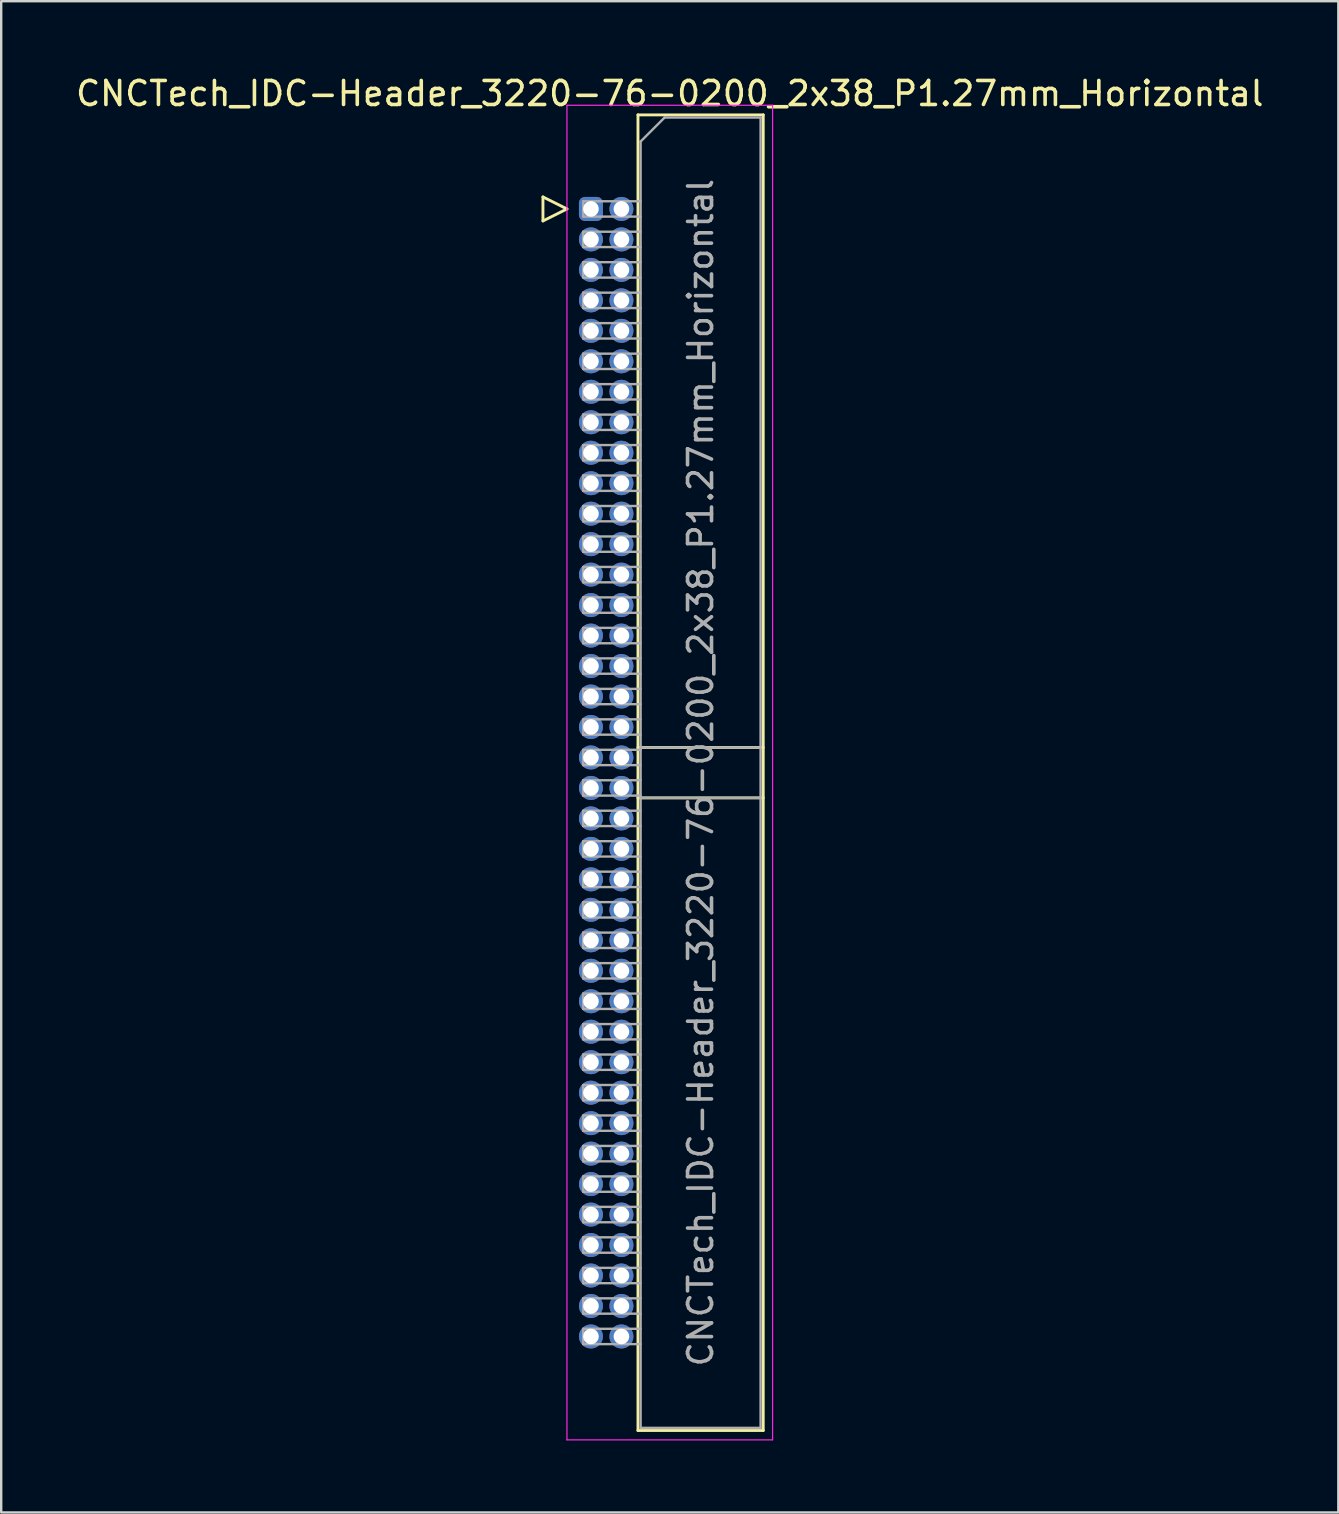
<source format=kicad_pcb>
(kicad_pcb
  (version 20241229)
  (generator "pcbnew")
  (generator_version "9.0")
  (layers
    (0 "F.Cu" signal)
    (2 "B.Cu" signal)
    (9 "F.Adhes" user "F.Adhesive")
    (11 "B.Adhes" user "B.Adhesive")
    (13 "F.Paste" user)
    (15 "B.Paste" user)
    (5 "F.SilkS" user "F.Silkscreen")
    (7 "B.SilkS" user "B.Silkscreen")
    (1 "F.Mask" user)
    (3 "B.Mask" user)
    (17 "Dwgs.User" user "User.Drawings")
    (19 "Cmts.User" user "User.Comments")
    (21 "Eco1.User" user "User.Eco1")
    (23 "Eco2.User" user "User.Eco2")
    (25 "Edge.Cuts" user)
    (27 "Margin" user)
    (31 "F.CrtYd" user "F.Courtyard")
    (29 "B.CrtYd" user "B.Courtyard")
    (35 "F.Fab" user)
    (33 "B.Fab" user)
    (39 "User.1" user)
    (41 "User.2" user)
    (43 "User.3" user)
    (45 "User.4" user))
  (footprint "CNCTech_IDC-Header_3220-76-0200_2x38_P1.27mm_Horizontal"
    (layer "F.Cu")
    (at 21.578 5.658)
    (property "Reference" "CNCTech_IDC-Header_3220-76-0200_2x38_P1.27mm_Horizontal" (at 3.285 -4.81 0) (layer "F.SilkS") (effects (font (size 1 1) (thickness 0.15))))
    (attr through_hole)
    (fp_line (start -2 -0.5) (end -2 0.5) (stroke (width 0.12) (type solid)) (layer "F.SilkS"))
    (fp_line (start -2 0.5) (end -1 0) (stroke (width 0.12) (type solid)) (layer "F.SilkS"))
    (fp_line (start -1 0) (end -2 -0.5) (stroke (width 0.12) (type solid)) (layer "F.SilkS"))
    (fp_line (start 1.96 -3.92) (end 7.18 -3.92) (stroke (width 0.12) (type solid)) (layer "F.SilkS"))
    (fp_line (start 1.96 22.445) (end 7.18 22.445) (stroke (width 0.12) (type solid)) (layer "F.SilkS"))
    (fp_line (start 1.96 24.545) (end 7.18 24.545) (stroke (width 0.12) (type solid)) (layer "F.SilkS"))
    (fp_line (start 1.96 50.91) (end 1.96 -3.92) (stroke (width 0.12) (type solid)) (layer "F.SilkS"))
    (fp_line (start 7.18 -3.92) (end 7.18 50.91) (stroke (width 0.12) (type solid)) (layer "F.SilkS"))
    (fp_line (start 7.18 50.91) (end 1.96 50.91) (stroke (width 0.12) (type solid)) (layer "F.SilkS"))
    (fp_line (start -1 -4.32) (end -1 51.3) (stroke (width 0.05) (type solid)) (layer "F.CrtYd"))
    (fp_line (start -1 51.3) (end 7.57 51.3) (stroke (width 0.05) (type solid)) (layer "F.CrtYd"))
    (fp_line (start 7.57 -4.32) (end -1 -4.32) (stroke (width 0.05) (type solid)) (layer "F.CrtYd"))
    (fp_line (start 7.57 51.3) (end 7.57 -4.32) (stroke (width 0.05) (type solid)) (layer "F.CrtYd"))
    (fp_line (start -0.32 -0.32) (end -0.32 0.32) (stroke (width 0.1) (type solid)) (layer "F.Fab"))
    (fp_line (start -0.32 0.32) (end 2.07 0.32) (stroke (width 0.1) (type solid)) (layer "F.Fab"))
    (fp_line (start -0.32 0.95) (end -0.32 1.59) (stroke (width 0.1) (type solid)) (layer "F.Fab"))
    (fp_line (start -0.32 1.59) (end 2.07 1.59) (stroke (width 0.1) (type solid)) (layer "F.Fab"))
    (fp_line (start -0.32 2.22) (end -0.32 2.86) (stroke (width 0.1) (type solid)) (layer "F.Fab"))
    (fp_line (start -0.32 2.86) (end 2.07 2.86) (stroke (width 0.1) (type solid)) (layer "F.Fab"))
    (fp_line (start -0.32 3.49) (end -0.32 4.13) (stroke (width 0.1) (type solid)) (layer "F.Fab"))
    (fp_line (start -0.32 4.13) (end 2.07 4.13) (stroke (width 0.1) (type solid)) (layer "F.Fab"))
    (fp_line (start -0.32 4.76) (end -0.32 5.4) (stroke (width 0.1) (type solid)) (layer "F.Fab"))
    (fp_line (start -0.32 5.4) (end 2.07 5.4) (stroke (width 0.1) (type solid)) (layer "F.Fab"))
    (fp_line (start -0.32 6.03) (end -0.32 6.67) (stroke (width 0.1) (type solid)) (layer "F.Fab"))
    (fp_line (start -0.32 6.67) (end 2.07 6.67) (stroke (width 0.1) (type solid)) (layer "F.Fab"))
    (fp_line (start -0.32 7.3) (end -0.32 7.94) (stroke (width 0.1) (type solid)) (layer "F.Fab"))
    (fp_line (start -0.32 7.94) (end 2.07 7.94) (stroke (width 0.1) (type solid)) (layer "F.Fab"))
    (fp_line (start -0.32 8.57) (end -0.32 9.21) (stroke (width 0.1) (type solid)) (layer "F.Fab"))
    (fp_line (start -0.32 9.21) (end 2.07 9.21) (stroke (width 0.1) (type solid)) (layer "F.Fab"))
    (fp_line (start -0.32 9.84) (end -0.32 10.48) (stroke (width 0.1) (type solid)) (layer "F.Fab"))
    (fp_line (start -0.32 10.48) (end 2.07 10.48) (stroke (width 0.1) (type solid)) (layer "F.Fab"))
    (fp_line (start -0.32 11.11) (end -0.32 11.75) (stroke (width 0.1) (type solid)) (layer "F.Fab"))
    (fp_line (start -0.32 11.75) (end 2.07 11.75) (stroke (width 0.1) (type solid)) (layer "F.Fab"))
    (fp_line (start -0.32 12.38) (end -0.32 13.02) (stroke (width 0.1) (type solid)) (layer "F.Fab"))
    (fp_line (start -0.32 13.02) (end 2.07 13.02) (stroke (width 0.1) (type solid)) (layer "F.Fab"))
    (fp_line (start -0.32 13.65) (end -0.32 14.29) (stroke (width 0.1) (type solid)) (layer "F.Fab"))
    (fp_line (start -0.32 14.29) (end 2.07 14.29) (stroke (width 0.1) (type solid)) (layer "F.Fab"))
    (fp_line (start -0.32 14.92) (end -0.32 15.56) (stroke (width 0.1) (type solid)) (layer "F.Fab"))
    (fp_line (start -0.32 15.56) (end 2.07 15.56) (stroke (width 0.1) (type solid)) (layer "F.Fab"))
    (fp_line (start -0.32 16.19) (end -0.32 16.83) (stroke (width 0.1) (type solid)) (layer "F.Fab"))
    (fp_line (start -0.32 16.83) (end 2.07 16.83) (stroke (width 0.1) (type solid)) (layer "F.Fab"))
    (fp_line (start -0.32 17.46) (end -0.32 18.1) (stroke (width 0.1) (type solid)) (layer "F.Fab"))
    (fp_line (start -0.32 18.1) (end 2.07 18.1) (stroke (width 0.1) (type solid)) (layer "F.Fab"))
    (fp_line (start -0.32 18.73) (end -0.32 19.37) (stroke (width 0.1) (type solid)) (layer "F.Fab"))
    (fp_line (start -0.32 19.37) (end 2.07 19.37) (stroke (width 0.1) (type solid)) (layer "F.Fab"))
    (fp_line (start -0.32 20) (end -0.32 20.64) (stroke (width 0.1) (type solid)) (layer "F.Fab"))
    (fp_line (start -0.32 20.64) (end 2.07 20.64) (stroke (width 0.1) (type solid)) (layer "F.Fab"))
    (fp_line (start -0.32 21.27) (end -0.32 21.91) (stroke (width 0.1) (type solid)) (layer "F.Fab"))
    (fp_line (start -0.32 21.91) (end 2.07 21.91) (stroke (width 0.1) (type solid)) (layer "F.Fab"))
    (fp_line (start -0.32 22.54) (end -0.32 23.18) (stroke (width 0.1) (type solid)) (layer "F.Fab"))
    (fp_line (start -0.32 23.18) (end 2.07 23.18) (stroke (width 0.1) (type solid)) (layer "F.Fab"))
    (fp_line (start -0.32 23.81) (end -0.32 24.45) (stroke (width 0.1) (type solid)) (layer "F.Fab"))
    (fp_line (start -0.32 24.45) (end 2.07 24.45) (stroke (width 0.1) (type solid)) (layer "F.Fab"))
    (fp_line (start -0.32 25.08) (end -0.32 25.72) (stroke (width 0.1) (type solid)) (layer "F.Fab"))
    (fp_line (start -0.32 25.72) (end 2.07 25.72) (stroke (width 0.1) (type solid)) (layer "F.Fab"))
    (fp_line (start -0.32 26.35) (end -0.32 26.99) (stroke (width 0.1) (type solid)) (layer "F.Fab"))
    (fp_line (start -0.32 26.99) (end 2.07 26.99) (stroke (width 0.1) (type solid)) (layer "F.Fab"))
    (fp_line (start -0.32 27.62) (end -0.32 28.26) (stroke (width 0.1) (type solid)) (layer "F.Fab"))
    (fp_line (start -0.32 28.26) (end 2.07 28.26) (stroke (width 0.1) (type solid)) (layer "F.Fab"))
    (fp_line (start -0.32 28.89) (end -0.32 29.53) (stroke (width 0.1) (type solid)) (layer "F.Fab"))
    (fp_line (start -0.32 29.53) (end 2.07 29.53) (stroke (width 0.1) (type solid)) (layer "F.Fab"))
    (fp_line (start -0.32 30.16) (end -0.32 30.8) (stroke (width 0.1) (type solid)) (layer "F.Fab"))
    (fp_line (start -0.32 30.8) (end 2.07 30.8) (stroke (width 0.1) (type solid)) (layer "F.Fab"))
    (fp_line (start -0.32 31.43) (end -0.32 32.07) (stroke (width 0.1) (type solid)) (layer "F.Fab"))
    (fp_line (start -0.32 32.07) (end 2.07 32.07) (stroke (width 0.1) (type solid)) (layer "F.Fab"))
    (fp_line (start -0.32 32.7) (end -0.32 33.34) (stroke (width 0.1) (type solid)) (layer "F.Fab"))
    (fp_line (start -0.32 33.34) (end 2.07 33.34) (stroke (width 0.1) (type solid)) (layer "F.Fab"))
    (fp_line (start -0.32 33.97) (end -0.32 34.61) (stroke (width 0.1) (type solid)) (layer "F.Fab"))
    (fp_line (start -0.32 34.61) (end 2.07 34.61) (stroke (width 0.1) (type solid)) (layer "F.Fab"))
    (fp_line (start -0.32 35.24) (end -0.32 35.88) (stroke (width 0.1) (type solid)) (layer "F.Fab"))
    (fp_line (start -0.32 35.88) (end 2.07 35.88) (stroke (width 0.1) (type solid)) (layer "F.Fab"))
    (fp_line (start -0.32 36.51) (end -0.32 37.15) (stroke (width 0.1) (type solid)) (layer "F.Fab"))
    (fp_line (start -0.32 37.15) (end 2.07 37.15) (stroke (width 0.1) (type solid)) (layer "F.Fab"))
    (fp_line (start -0.32 37.78) (end -0.32 38.42) (stroke (width 0.1) (type solid)) (layer "F.Fab"))
    (fp_line (start -0.32 38.42) (end 2.07 38.42) (stroke (width 0.1) (type solid)) (layer "F.Fab"))
    (fp_line (start -0.32 39.05) (end -0.32 39.69) (stroke (width 0.1) (type solid)) (layer "F.Fab"))
    (fp_line (start -0.32 39.69) (end 2.07 39.69) (stroke (width 0.1) (type solid)) (layer "F.Fab"))
    (fp_line (start -0.32 40.32) (end -0.32 40.96) (stroke (width 0.1) (type solid)) (layer "F.Fab"))
    (fp_line (start -0.32 40.96) (end 2.07 40.96) (stroke (width 0.1) (type solid)) (layer "F.Fab"))
    (fp_line (start -0.32 41.59) (end -0.32 42.23) (stroke (width 0.1) (type solid)) (layer "F.Fab"))
    (fp_line (start -0.32 42.23) (end 2.07 42.23) (stroke (width 0.1) (type solid)) (layer "F.Fab"))
    (fp_line (start -0.32 42.86) (end -0.32 43.5) (stroke (width 0.1) (type solid)) (layer "F.Fab"))
    (fp_line (start -0.32 43.5) (end 2.07 43.5) (stroke (width 0.1) (type solid)) (layer "F.Fab"))
    (fp_line (start -0.32 44.13) (end -0.32 44.77) (stroke (width 0.1) (type solid)) (layer "F.Fab"))
    (fp_line (start -0.32 44.77) (end 2.07 44.77) (stroke (width 0.1) (type solid)) (layer "F.Fab"))
    (fp_line (start -0.32 45.4) (end -0.32 46.04) (stroke (width 0.1) (type solid)) (layer "F.Fab"))
    (fp_line (start -0.32 46.04) (end 2.07 46.04) (stroke (width 0.1) (type solid)) (layer "F.Fab"))
    (fp_line (start -0.32 46.67) (end -0.32 47.31) (stroke (width 0.1) (type solid)) (layer "F.Fab"))
    (fp_line (start -0.32 47.31) (end 2.07 47.31) (stroke (width 0.1) (type solid)) (layer "F.Fab"))
    (fp_line (start 2.07 -2.81) (end 3.07 -3.81) (stroke (width 0.1) (type solid)) (layer "F.Fab"))
    (fp_line (start 2.07 -0.32) (end -0.32 -0.32) (stroke (width 0.1) (type solid)) (layer "F.Fab"))
    (fp_line (start 2.07 0.95) (end -0.32 0.95) (stroke (width 0.1) (type solid)) (layer "F.Fab"))
    (fp_line (start 2.07 2.22) (end -0.32 2.22) (stroke (width 0.1) (type solid)) (layer "F.Fab"))
    (fp_line (start 2.07 3.49) (end -0.32 3.49) (stroke (width 0.1) (type solid)) (layer "F.Fab"))
    (fp_line (start 2.07 4.76) (end -0.32 4.76) (stroke (width 0.1) (type solid)) (layer "F.Fab"))
    (fp_line (start 2.07 6.03) (end -0.32 6.03) (stroke (width 0.1) (type solid)) (layer "F.Fab"))
    (fp_line (start 2.07 7.3) (end -0.32 7.3) (stroke (width 0.1) (type solid)) (layer "F.Fab"))
    (fp_line (start 2.07 8.57) (end -0.32 8.57) (stroke (width 0.1) (type solid)) (layer "F.Fab"))
    (fp_line (start 2.07 9.84) (end -0.32 9.84) (stroke (width 0.1) (type solid)) (layer "F.Fab"))
    (fp_line (start 2.07 11.11) (end -0.32 11.11) (stroke (width 0.1) (type solid)) (layer "F.Fab"))
    (fp_line (start 2.07 12.38) (end -0.32 12.38) (stroke (width 0.1) (type solid)) (layer "F.Fab"))
    (fp_line (start 2.07 13.65) (end -0.32 13.65) (stroke (width 0.1) (type solid)) (layer "F.Fab"))
    (fp_line (start 2.07 14.92) (end -0.32 14.92) (stroke (width 0.1) (type solid)) (layer "F.Fab"))
    (fp_line (start 2.07 16.19) (end -0.32 16.19) (stroke (width 0.1) (type solid)) (layer "F.Fab"))
    (fp_line (start 2.07 17.46) (end -0.32 17.46) (stroke (width 0.1) (type solid)) (layer "F.Fab"))
    (fp_line (start 2.07 18.73) (end -0.32 18.73) (stroke (width 0.1) (type solid)) (layer "F.Fab"))
    (fp_line (start 2.07 20) (end -0.32 20) (stroke (width 0.1) (type solid)) (layer "F.Fab"))
    (fp_line (start 2.07 21.27) (end -0.32 21.27) (stroke (width 0.1) (type solid)) (layer "F.Fab"))
    (fp_line (start 2.07 22.445) (end 7.07 22.445) (stroke (width 0.1) (type solid)) (layer "F.Fab"))
    (fp_line (start 2.07 22.54) (end -0.32 22.54) (stroke (width 0.1) (type solid)) (layer "F.Fab"))
    (fp_line (start 2.07 23.81) (end -0.32 23.81) (stroke (width 0.1) (type solid)) (layer "F.Fab"))
    (fp_line (start 2.07 24.545) (end 7.07 24.545) (stroke (width 0.1) (type solid)) (layer "F.Fab"))
    (fp_line (start 2.07 25.08) (end -0.32 25.08) (stroke (width 0.1) (type solid)) (layer "F.Fab"))
    (fp_line (start 2.07 26.35) (end -0.32 26.35) (stroke (width 0.1) (type solid)) (layer "F.Fab"))
    (fp_line (start 2.07 27.62) (end -0.32 27.62) (stroke (width 0.1) (type solid)) (layer "F.Fab"))
    (fp_line (start 2.07 28.89) (end -0.32 28.89) (stroke (width 0.1) (type solid)) (layer "F.Fab"))
    (fp_line (start 2.07 30.16) (end -0.32 30.16) (stroke (width 0.1) (type solid)) (layer "F.Fab"))
    (fp_line (start 2.07 31.43) (end -0.32 31.43) (stroke (width 0.1) (type solid)) (layer "F.Fab"))
    (fp_line (start 2.07 32.7) (end -0.32 32.7) (stroke (width 0.1) (type solid)) (layer "F.Fab"))
    (fp_line (start 2.07 33.97) (end -0.32 33.97) (stroke (width 0.1) (type solid)) (layer "F.Fab"))
    (fp_line (start 2.07 35.24) (end -0.32 35.24) (stroke (width 0.1) (type solid)) (layer "F.Fab"))
    (fp_line (start 2.07 36.51) (end -0.32 36.51) (stroke (width 0.1) (type solid)) (layer "F.Fab"))
    (fp_line (start 2.07 37.78) (end -0.32 37.78) (stroke (width 0.1) (type solid)) (layer "F.Fab"))
    (fp_line (start 2.07 39.05) (end -0.32 39.05) (stroke (width 0.1) (type solid)) (layer "F.Fab"))
    (fp_line (start 2.07 40.32) (end -0.32 40.32) (stroke (width 0.1) (type solid)) (layer "F.Fab"))
    (fp_line (start 2.07 41.59) (end -0.32 41.59) (stroke (width 0.1) (type solid)) (layer "F.Fab"))
    (fp_line (start 2.07 42.86) (end -0.32 42.86) (stroke (width 0.1) (type solid)) (layer "F.Fab"))
    (fp_line (start 2.07 44.13) (end -0.32 44.13) (stroke (width 0.1) (type solid)) (layer "F.Fab"))
    (fp_line (start 2.07 45.4) (end -0.32 45.4) (stroke (width 0.1) (type solid)) (layer "F.Fab"))
    (fp_line (start 2.07 46.67) (end -0.32 46.67) (stroke (width 0.1) (type solid)) (layer "F.Fab"))
    (fp_line (start 2.07 50.8) (end 2.07 -2.81) (stroke (width 0.1) (type solid)) (layer "F.Fab"))
    (fp_line (start 3.07 -3.81) (end 7.07 -3.81) (stroke (width 0.1) (type solid)) (layer "F.Fab"))
    (fp_line (start 7.07 -3.81) (end 7.07 50.8) (stroke (width 0.1) (type solid)) (layer "F.Fab"))
    (fp_line (start 7.07 50.8) (end 2.07 50.8) (stroke (width 0.1) (type solid)) (layer "F.Fab"))
    (fp_text user "${REFERENCE}" (at 4.57 23.495 90) (layer "F.Fab") (effects (font (size 1 1) (thickness 0.15))))
    (pad "1" thru_hole roundrect (at 0 0) (size 1 1) (drill 0.65) (layers "*.Cu" "*.Mask") (roundrect_rratio 0.25))
    (pad "2" thru_hole circle (at 1.27 0) (size 1 1) (drill 0.65) (layers "*.Cu" "*.Mask"))
    (pad "3" thru_hole circle (at 0 1.27) (size 1 1) (drill 0.65) (layers "*.Cu" "*.Mask"))
    (pad "4" thru_hole circle (at 1.27 1.27) (size 1 1) (drill 0.65) (layers "*.Cu" "*.Mask"))
    (pad "5" thru_hole circle (at 0 2.54) (size 1 1) (drill 0.65) (layers "*.Cu" "*.Mask"))
    (pad "6" thru_hole circle (at 1.27 2.54) (size 1 1) (drill 0.65) (layers "*.Cu" "*.Mask"))
    (pad "7" thru_hole circle (at 0 3.81) (size 1 1) (drill 0.65) (layers "*.Cu" "*.Mask"))
    (pad "8" thru_hole circle (at 1.27 3.81) (size 1 1) (drill 0.65) (layers "*.Cu" "*.Mask"))
    (pad "9" thru_hole circle (at 0 5.08) (size 1 1) (drill 0.65) (layers "*.Cu" "*.Mask"))
    (pad "10" thru_hole circle (at 1.27 5.08) (size 1 1) (drill 0.65) (layers "*.Cu" "*.Mask"))
    (pad "11" thru_hole circle (at 0 6.35) (size 1 1) (drill 0.65) (layers "*.Cu" "*.Mask"))
    (pad "12" thru_hole circle (at 1.27 6.35) (size 1 1) (drill 0.65) (layers "*.Cu" "*.Mask"))
    (pad "13" thru_hole circle (at 0 7.62) (size 1 1) (drill 0.65) (layers "*.Cu" "*.Mask"))
    (pad "14" thru_hole circle (at 1.27 7.62) (size 1 1) (drill 0.65) (layers "*.Cu" "*.Mask"))
    (pad "15" thru_hole circle (at 0 8.89) (size 1 1) (drill 0.65) (layers "*.Cu" "*.Mask"))
    (pad "16" thru_hole circle (at 1.27 8.89) (size 1 1) (drill 0.65) (layers "*.Cu" "*.Mask"))
    (pad "17" thru_hole circle (at 0 10.16) (size 1 1) (drill 0.65) (layers "*.Cu" "*.Mask"))
    (pad "18" thru_hole circle (at 1.27 10.16) (size 1 1) (drill 0.65) (layers "*.Cu" "*.Mask"))
    (pad "19" thru_hole circle (at 0 11.43) (size 1 1) (drill 0.65) (layers "*.Cu" "*.Mask"))
    (pad "20" thru_hole circle (at 1.27 11.43) (size 1 1) (drill 0.65) (layers "*.Cu" "*.Mask"))
    (pad "21" thru_hole circle (at 0 12.7) (size 1 1) (drill 0.65) (layers "*.Cu" "*.Mask"))
    (pad "22" thru_hole circle (at 1.27 12.7) (size 1 1) (drill 0.65) (layers "*.Cu" "*.Mask"))
    (pad "23" thru_hole circle (at 0 13.97) (size 1 1) (drill 0.65) (layers "*.Cu" "*.Mask"))
    (pad "24" thru_hole circle (at 1.27 13.97) (size 1 1) (drill 0.65) (layers "*.Cu" "*.Mask"))
    (pad "25" thru_hole circle (at 0 15.24) (size 1 1) (drill 0.65) (layers "*.Cu" "*.Mask"))
    (pad "26" thru_hole circle (at 1.27 15.24) (size 1 1) (drill 0.65) (layers "*.Cu" "*.Mask"))
    (pad "27" thru_hole circle (at 0 16.51) (size 1 1) (drill 0.65) (layers "*.Cu" "*.Mask"))
    (pad "28" thru_hole circle (at 1.27 16.51) (size 1 1) (drill 0.65) (layers "*.Cu" "*.Mask"))
    (pad "29" thru_hole circle (at 0 17.78) (size 1 1) (drill 0.65) (layers "*.Cu" "*.Mask"))
    (pad "30" thru_hole circle (at 1.27 17.78) (size 1 1) (drill 0.65) (layers "*.Cu" "*.Mask"))
    (pad "31" thru_hole circle (at 0 19.05) (size 1 1) (drill 0.65) (layers "*.Cu" "*.Mask"))
    (pad "32" thru_hole circle (at 1.27 19.05) (size 1 1) (drill 0.65) (layers "*.Cu" "*.Mask"))
    (pad "33" thru_hole circle (at 0 20.32) (size 1 1) (drill 0.65) (layers "*.Cu" "*.Mask"))
    (pad "34" thru_hole circle (at 1.27 20.32) (size 1 1) (drill 0.65) (layers "*.Cu" "*.Mask"))
    (pad "35" thru_hole circle (at 0 21.59) (size 1 1) (drill 0.65) (layers "*.Cu" "*.Mask"))
    (pad "36" thru_hole circle (at 1.27 21.59) (size 1 1) (drill 0.65) (layers "*.Cu" "*.Mask"))
    (pad "37" thru_hole circle (at 0 22.86) (size 1 1) (drill 0.65) (layers "*.Cu" "*.Mask"))
    (pad "38" thru_hole circle (at 1.27 22.86) (size 1 1) (drill 0.65) (layers "*.Cu" "*.Mask"))
    (pad "39" thru_hole circle (at 0 24.13) (size 1 1) (drill 0.65) (layers "*.Cu" "*.Mask"))
    (pad "40" thru_hole circle (at 1.27 24.13) (size 1 1) (drill 0.65) (layers "*.Cu" "*.Mask"))
    (pad "41" thru_hole circle (at 0 25.4) (size 1 1) (drill 0.65) (layers "*.Cu" "*.Mask"))
    (pad "42" thru_hole circle (at 1.27 25.4) (size 1 1) (drill 0.65) (layers "*.Cu" "*.Mask"))
    (pad "43" thru_hole circle (at 0 26.67) (size 1 1) (drill 0.65) (layers "*.Cu" "*.Mask"))
    (pad "44" thru_hole circle (at 1.27 26.67) (size 1 1) (drill 0.65) (layers "*.Cu" "*.Mask"))
    (pad "45" thru_hole circle (at 0 27.94) (size 1 1) (drill 0.65) (layers "*.Cu" "*.Mask"))
    (pad "46" thru_hole circle (at 1.27 27.94) (size 1 1) (drill 0.65) (layers "*.Cu" "*.Mask"))
    (pad "47" thru_hole circle (at 0 29.21) (size 1 1) (drill 0.65) (layers "*.Cu" "*.Mask"))
    (pad "48" thru_hole circle (at 1.27 29.21) (size 1 1) (drill 0.65) (layers "*.Cu" "*.Mask"))
    (pad "49" thru_hole circle (at 0 30.48) (size 1 1) (drill 0.65) (layers "*.Cu" "*.Mask"))
    (pad "50" thru_hole circle (at 1.27 30.48) (size 1 1) (drill 0.65) (layers "*.Cu" "*.Mask"))
    (pad "51" thru_hole circle (at 0 31.75) (size 1 1) (drill 0.65) (layers "*.Cu" "*.Mask"))
    (pad "52" thru_hole circle (at 1.27 31.75) (size 1 1) (drill 0.65) (layers "*.Cu" "*.Mask"))
    (pad "53" thru_hole circle (at 0 33.02) (size 1 1) (drill 0.65) (layers "*.Cu" "*.Mask"))
    (pad "54" thru_hole circle (at 1.27 33.02) (size 1 1) (drill 0.65) (layers "*.Cu" "*.Mask"))
    (pad "55" thru_hole circle (at 0 34.29) (size 1 1) (drill 0.65) (layers "*.Cu" "*.Mask"))
    (pad "56" thru_hole circle (at 1.27 34.29) (size 1 1) (drill 0.65) (layers "*.Cu" "*.Mask"))
    (pad "57" thru_hole circle (at 0 35.56) (size 1 1) (drill 0.65) (layers "*.Cu" "*.Mask"))
    (pad "58" thru_hole circle (at 1.27 35.56) (size 1 1) (drill 0.65) (layers "*.Cu" "*.Mask"))
    (pad "59" thru_hole circle (at 0 36.83) (size 1 1) (drill 0.65) (layers "*.Cu" "*.Mask"))
    (pad "60" thru_hole circle (at 1.27 36.83) (size 1 1) (drill 0.65) (layers "*.Cu" "*.Mask"))
    (pad "61" thru_hole circle (at 0 38.1) (size 1 1) (drill 0.65) (layers "*.Cu" "*.Mask"))
    (pad "62" thru_hole circle (at 1.27 38.1) (size 1 1) (drill 0.65) (layers "*.Cu" "*.Mask"))
    (pad "63" thru_hole circle (at 0 39.37) (size 1 1) (drill 0.65) (layers "*.Cu" "*.Mask"))
    (pad "64" thru_hole circle (at 1.27 39.37) (size 1 1) (drill 0.65) (layers "*.Cu" "*.Mask"))
    (pad "65" thru_hole circle (at 0 40.64) (size 1 1) (drill 0.65) (layers "*.Cu" "*.Mask"))
    (pad "66" thru_hole circle (at 1.27 40.64) (size 1 1) (drill 0.65) (layers "*.Cu" "*.Mask"))
    (pad "67" thru_hole circle (at 0 41.91) (size 1 1) (drill 0.65) (layers "*.Cu" "*.Mask"))
    (pad "68" thru_hole circle (at 1.27 41.91) (size 1 1) (drill 0.65) (layers "*.Cu" "*.Mask"))
    (pad "69" thru_hole circle (at 0 43.18) (size 1 1) (drill 0.65) (layers "*.Cu" "*.Mask"))
    (pad "70" thru_hole circle (at 1.27 43.18) (size 1 1) (drill 0.65) (layers "*.Cu" "*.Mask"))
    (pad "71" thru_hole circle (at 0 44.45) (size 1 1) (drill 0.65) (layers "*.Cu" "*.Mask"))
    (pad "72" thru_hole circle (at 1.27 44.45) (size 1 1) (drill 0.65) (layers "*.Cu" "*.Mask"))
    (pad "73" thru_hole circle (at 0 45.72) (size 1 1) (drill 0.65) (layers "*.Cu" "*.Mask"))
    (pad "74" thru_hole circle (at 1.27 45.72) (size 1 1) (drill 0.65) (layers "*.Cu" "*.Mask"))
    (pad "75" thru_hole circle (at 0 46.99) (size 1 1) (drill 0.65) (layers "*.Cu" "*.Mask"))
    (pad "76" thru_hole circle (at 1.27 46.99) (size 1 1) (drill 0.65) (layers "*.Cu" "*.Mask")))
  (gr_rect
    (start -3 -3)
    (end 52.726 59.983)
    (stroke (width 0.1) (type default))
    (fill no)
    (layer "Edge.Cuts")))
</source>
